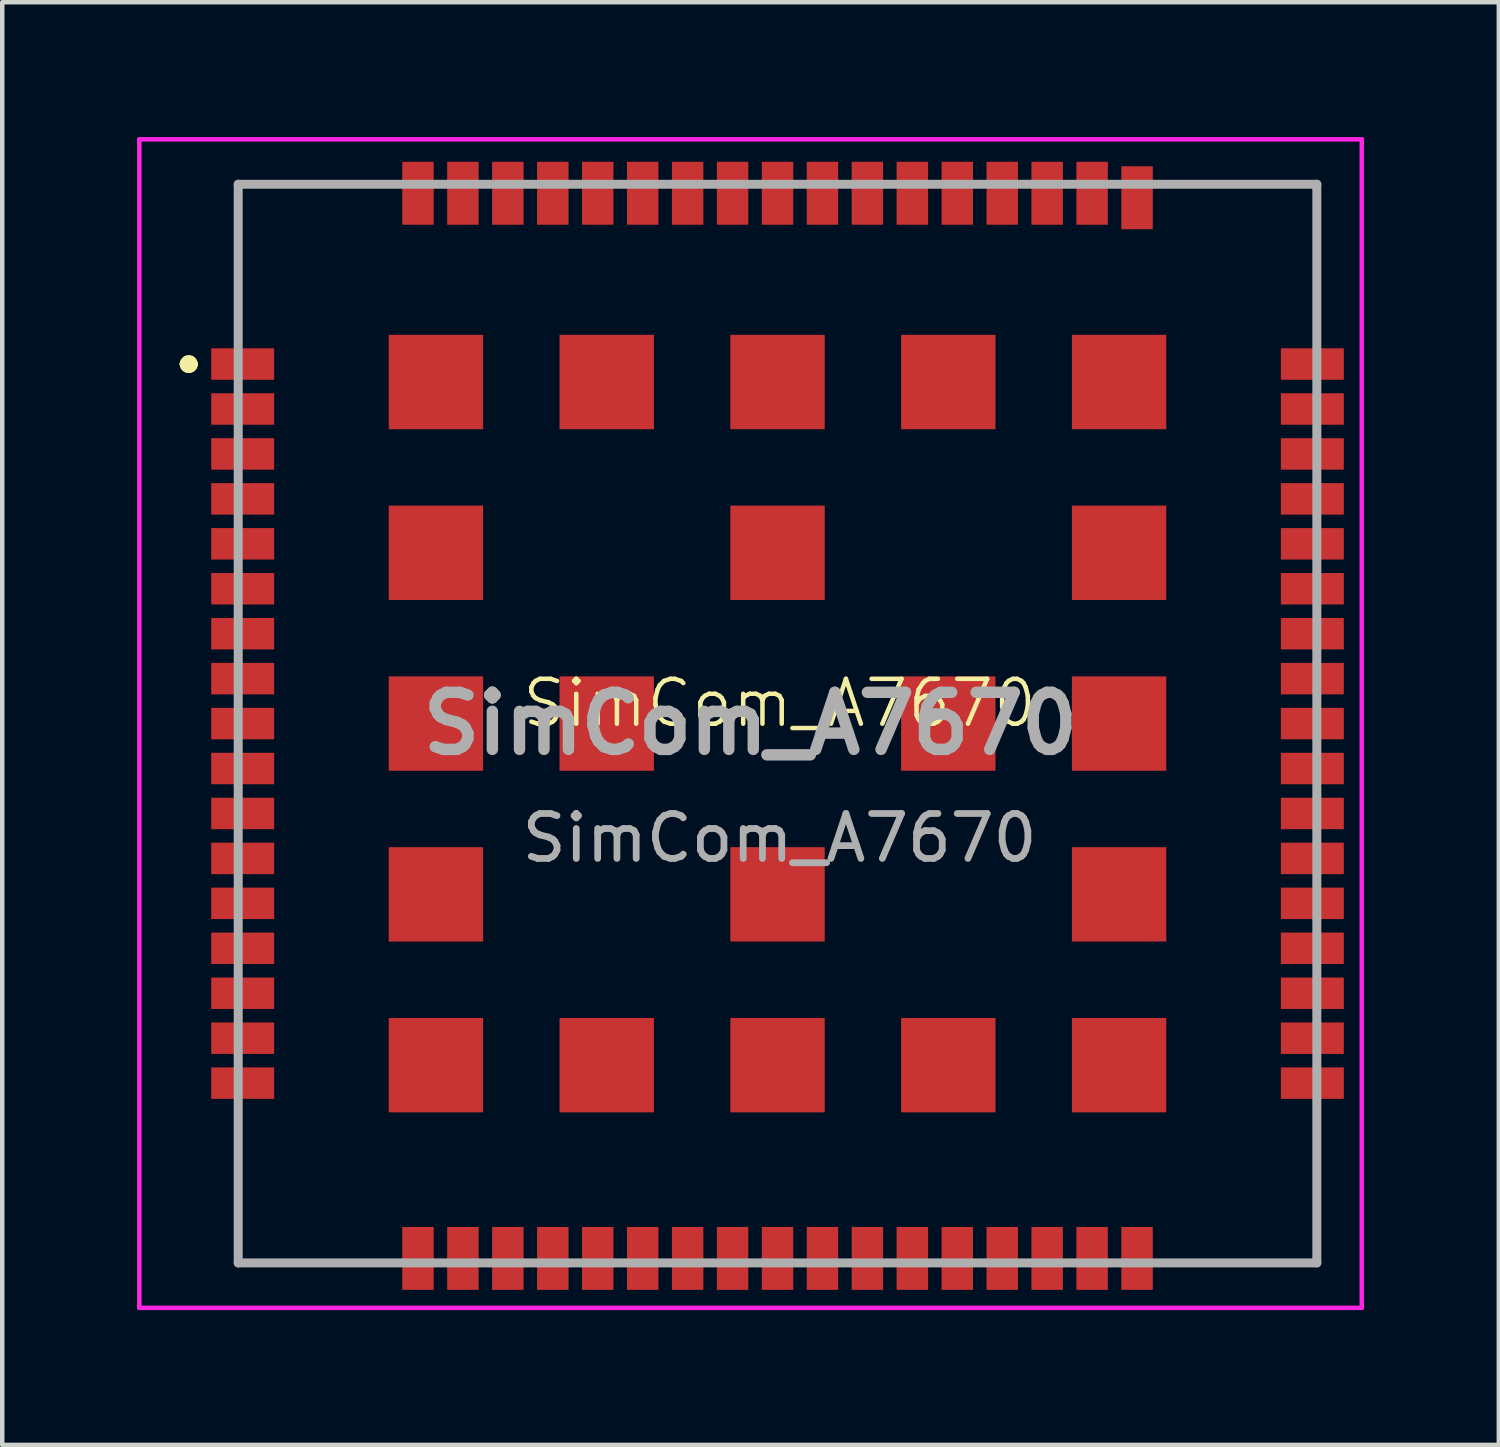
<source format=kicad_pcb>
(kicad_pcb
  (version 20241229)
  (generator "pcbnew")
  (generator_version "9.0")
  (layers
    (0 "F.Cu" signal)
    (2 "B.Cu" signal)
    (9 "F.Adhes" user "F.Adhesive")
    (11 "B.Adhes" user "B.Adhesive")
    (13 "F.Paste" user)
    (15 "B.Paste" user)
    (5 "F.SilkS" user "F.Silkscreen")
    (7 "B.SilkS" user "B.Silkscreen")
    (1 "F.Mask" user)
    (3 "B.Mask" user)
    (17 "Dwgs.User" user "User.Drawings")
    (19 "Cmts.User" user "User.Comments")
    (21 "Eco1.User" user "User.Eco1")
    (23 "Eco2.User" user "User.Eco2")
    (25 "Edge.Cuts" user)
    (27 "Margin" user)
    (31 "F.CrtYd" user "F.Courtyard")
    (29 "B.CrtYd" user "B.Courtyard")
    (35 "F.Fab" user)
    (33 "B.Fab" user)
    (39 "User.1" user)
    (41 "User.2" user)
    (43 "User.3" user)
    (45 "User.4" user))
  (footprint "SimCom_A7670"
    (layer "F.Cu")
    (at 14.296 13.096)
    (property "Reference" "SimCom_A7670" (at 0 -0.5 0) (unlocked yes) (layer "F.SilkS") (effects (font (size 1 1) (thickness 0.1))))
    (attr smd)
    (fp_line (start -13.246 -8.046) (end -13.246 -8.046) (stroke (width 0.2) (type solid)) (layer "F.SilkS"))
    (fp_line (start -13.246 -8.046) (end -13.246 -8.046) (stroke (width 0.2) (type solid)) (layer "F.SilkS"))
    (fp_line (start -13.046 -8.046) (end -13.046 -8.046) (stroke (width 0.2) (type solid)) (layer "F.SilkS"))
    (fp_line (start -12.046 -12.046) (end -12.046 -12.046) (stroke (width 0.1) (type solid)) (layer "F.SilkS"))
    (fp_line (start -12.046 -12.046) (end -12.046 -12.046) (stroke (width 0.1) (type solid)) (layer "F.SilkS"))
    (fp_line (start -12.046 -12.046) (end -12.046 -9.046) (stroke (width 0.1) (type solid)) (layer "F.SilkS"))
    (fp_line (start -12.046 -12.046) (end -9.046 -12.046) (stroke (width 0.1) (type solid)) (layer "F.SilkS"))
    (fp_line (start -12.046 -9.046) (end -12.046 -12.046) (stroke (width 0.1) (type solid)) (layer "F.SilkS"))
    (fp_line (start -12.046 -9.046) (end -12.046 -9.046) (stroke (width 0.1) (type solid)) (layer "F.SilkS"))
    (fp_line (start -12.046 8.954) (end -12.046 8.954) (stroke (width 0.1) (type solid)) (layer "F.SilkS"))
    (fp_line (start -12.046 8.954) (end -12.046 11.954) (stroke (width 0.1) (type solid)) (layer "F.SilkS"))
    (fp_line (start -12.046 11.954) (end -12.046 8.954) (stroke (width 0.1) (type solid)) (layer "F.SilkS"))
    (fp_line (start -12.046 11.954) (end -12.046 11.954) (stroke (width 0.1) (type solid)) (layer "F.SilkS"))
    (fp_line (start -12.046 11.954) (end -12.046 11.954) (stroke (width 0.1) (type solid)) (layer "F.SilkS"))
    (fp_line (start -12.046 11.954) (end -9.046 11.954) (stroke (width 0.1) (type solid)) (layer "F.SilkS"))
    (fp_line (start -9.046 -12.046) (end -12.046 -12.046) (stroke (width 0.1) (type solid)) (layer "F.SilkS"))
    (fp_line (start -9.046 -12.046) (end -9.046 -12.046) (stroke (width 0.1) (type solid)) (layer "F.SilkS"))
    (fp_line (start -9.046 11.954) (end -12.046 11.954) (stroke (width 0.1) (type solid)) (layer "F.SilkS"))
    (fp_line (start -9.046 11.954) (end -9.046 11.954) (stroke (width 0.1) (type solid)) (layer "F.SilkS"))
    (fp_line (start 8.954 -12.046) (end 8.954 -12.046) (stroke (width 0.1) (type solid)) (layer "F.SilkS"))
    (fp_line (start 8.954 -12.046) (end 11.954 -12.046) (stroke (width 0.1) (type solid)) (layer "F.SilkS"))
    (fp_line (start 8.954 11.954) (end 8.954 11.954) (stroke (width 0.1) (type solid)) (layer "F.SilkS"))
    (fp_line (start 8.954 11.954) (end 11.954 11.954) (stroke (width 0.1) (type solid)) (layer "F.SilkS"))
    (fp_line (start 11.954 -12.046) (end 8.954 -12.046) (stroke (width 0.1) (type solid)) (layer "F.SilkS"))
    (fp_line (start 11.954 -12.046) (end 11.954 -12.046) (stroke (width 0.1) (type solid)) (layer "F.SilkS"))
    (fp_line (start 11.954 -12.046) (end 11.954 -12.046) (stroke (width 0.1) (type solid)) (layer "F.SilkS"))
    (fp_line (start 11.954 -12.046) (end 11.954 -9.046) (stroke (width 0.1) (type solid)) (layer "F.SilkS"))
    (fp_line (start 11.954 -9.046) (end 11.954 -12.046) (stroke (width 0.1) (type solid)) (layer "F.SilkS"))
    (fp_line (start 11.954 -9.046) (end 11.954 -9.046) (stroke (width 0.1) (type solid)) (layer "F.SilkS"))
    (fp_line (start 11.954 8.954) (end 11.954 8.954) (stroke (width 0.1) (type solid)) (layer "F.SilkS"))
    (fp_line (start 11.954 8.954) (end 11.954 11.954) (stroke (width 0.1) (type solid)) (layer "F.SilkS"))
    (fp_line (start 11.954 11.954) (end 8.954 11.954) (stroke (width 0.1) (type solid)) (layer "F.SilkS"))
    (fp_line (start 11.954 11.954) (end 11.954 8.954) (stroke (width 0.1) (type solid)) (layer "F.SilkS"))
    (fp_line (start 11.954 11.954) (end 11.954 11.954) (stroke (width 0.1) (type solid)) (layer "F.SilkS"))
    (fp_line (start 11.954 11.954) (end 11.954 11.954) (stroke (width 0.1) (type solid)) (layer "F.SilkS"))
    (fp_arc (start -13.246 -8.046) (mid -13.146 -8.146) (end -13.046 -8.046) (stroke (width 0.2) (type solid)) (layer "F.SilkS"))
    (fp_arc (start -13.046 -8.046) (mid -13.146 -7.946) (end -13.246 -8.046) (stroke (width 0.2) (type solid)) (layer "F.SilkS"))
    (fp_arc (start -13.046 -8.046) (mid -13.146 -7.946) (end -13.246 -8.046) (stroke (width 0.2) (type solid)) (layer "F.SilkS"))
    (fp_line (start -14.246 -13.046) (end 12.954 -13.046) (stroke (width 0.1) (type solid)) (layer "F.CrtYd"))
    (fp_line (start -14.246 12.954) (end -14.246 -13.046) (stroke (width 0.1) (type solid)) (layer "F.CrtYd"))
    (fp_line (start 12.954 -13.046) (end 12.954 12.954) (stroke (width 0.1) (type solid)) (layer "F.CrtYd"))
    (fp_line (start 12.954 12.954) (end -14.246 12.954) (stroke (width 0.1) (type solid)) (layer "F.CrtYd"))
    (fp_line (start -12.046 -12.046) (end -12.046 11.954) (stroke (width 0.2) (type solid)) (layer "F.Fab"))
    (fp_line (start -12.046 11.954) (end 11.954 11.954) (stroke (width 0.2) (type solid)) (layer "F.Fab"))
    (fp_line (start 11.954 -12.046) (end -12.046 -12.046) (stroke (width 0.2) (type solid)) (layer "F.Fab"))
    (fp_line (start 11.954 11.954) (end 11.954 -12.046) (stroke (width 0.2) (type solid)) (layer "F.Fab"))
    (fp_text user "${REFERENCE}" (at -0.646 -0.046 180) (layer "F.Fab") (effects (font (size 1.27 1.27) (thickness 0.254))))
    (fp_text user "${REFERENCE}" (at 0 2.5 0) (unlocked yes) (layer "F.Fab") (effects (font (size 1 1) (thickness 0.15))))
    (pad "1" smd rect (at -11.946 -8.046 90) (size 0.7 1.4) (layers "F.Cu" "F.Mask" "F.Paste"))
    (pad "2" smd rect (at -11.946 -7.046 90) (size 0.7 1.4) (layers "F.Cu" "F.Mask" "F.Paste"))
    (pad "3" smd rect (at -11.946 -6.046 90) (size 0.7 1.4) (layers "F.Cu" "F.Mask" "F.Paste"))
    (pad "4" smd rect (at -11.946 -5.046 90) (size 0.7 1.4) (layers "F.Cu" "F.Mask" "F.Paste"))
    (pad "5" smd rect (at -11.946 -4.046 90) (size 0.7 1.4) (layers "F.Cu" "F.Mask" "F.Paste"))
    (pad "6" smd rect (at -11.946 -3.046 90) (size 0.7 1.4) (layers "F.Cu" "F.Mask" "F.Paste"))
    (pad "7" smd rect (at -11.946 -2.046 90) (size 0.7 1.4) (layers "F.Cu" "F.Mask" "F.Paste"))
    (pad "8" smd rect (at -11.946 -1.046 90) (size 0.7 1.4) (layers "F.Cu" "F.Mask" "F.Paste"))
    (pad "9" smd rect (at -11.946 -0.046 90) (size 0.7 1.4) (layers "F.Cu" "F.Mask" "F.Paste"))
    (pad "10" smd rect (at -11.946 0.954 90) (size 0.7 1.4) (layers "F.Cu" "F.Mask" "F.Paste"))
    (pad "11" smd rect (at -11.946 1.954 90) (size 0.7 1.4) (layers "F.Cu" "F.Mask" "F.Paste"))
    (pad "12" smd rect (at -11.946 2.954 90) (size 0.7 1.4) (layers "F.Cu" "F.Mask" "F.Paste"))
    (pad "13" smd rect (at -11.946 3.954 90) (size 0.7 1.4) (layers "F.Cu" "F.Mask" "F.Paste"))
    (pad "14" smd rect (at -11.946 4.954 90) (size 0.7 1.4) (layers "F.Cu" "F.Mask" "F.Paste"))
    (pad "15" smd rect (at -11.946 5.954 90) (size 0.7 1.4) (layers "F.Cu" "F.Mask" "F.Paste"))
    (pad "16" smd rect (at -11.946 6.954 90) (size 0.7 1.4) (layers "F.Cu" "F.Mask" "F.Paste"))
    (pad "17" smd rect (at -11.946 7.954 90) (size 0.7 1.4) (layers "F.Cu" "F.Mask" "F.Paste"))
    (pad "18" smd rect (at -8.046 11.854) (size 0.7 1.4) (layers "F.Cu" "F.Mask" "F.Paste"))
    (pad "19" smd rect (at -7.046 11.854) (size 0.7 1.4) (layers "F.Cu" "F.Mask" "F.Paste"))
    (pad "20" smd rect (at -6.046 11.854) (size 0.7 1.4) (layers "F.Cu" "F.Mask" "F.Paste"))
    (pad "21" smd rect (at -5.046 11.854) (size 0.7 1.4) (layers "F.Cu" "F.Mask" "F.Paste"))
    (pad "22" smd rect (at -4.046 11.854) (size 0.7 1.4) (layers "F.Cu" "F.Mask" "F.Paste"))
    (pad "23" smd rect (at -3.046 11.854) (size 0.7 1.4) (layers "F.Cu" "F.Mask" "F.Paste"))
    (pad "24" smd rect (at -2.046 11.854) (size 0.7 1.4) (layers "F.Cu" "F.Mask" "F.Paste"))
    (pad "25" smd rect (at -1.046 11.854) (size 0.7 1.4) (layers "F.Cu" "F.Mask" "F.Paste"))
    (pad "26" smd rect (at -0.046 11.854) (size 0.7 1.4) (layers "F.Cu" "F.Mask" "F.Paste"))
    (pad "27" smd rect (at 0.954 11.854) (size 0.7 1.4) (layers "F.Cu" "F.Mask" "F.Paste"))
    (pad "28" smd rect (at 1.954 11.854) (size 0.7 1.4) (layers "F.Cu" "F.Mask" "F.Paste"))
    (pad "29" smd rect (at 2.954 11.854) (size 0.7 1.4) (layers "F.Cu" "F.Mask" "F.Paste"))
    (pad "30" smd rect (at 3.954 11.854) (size 0.7 1.4) (layers "F.Cu" "F.Mask" "F.Paste"))
    (pad "31" smd rect (at 4.954 11.854) (size 0.7 1.4) (layers "F.Cu" "F.Mask" "F.Paste"))
    (pad "32" smd rect (at 5.954 11.854) (size 0.7 1.4) (layers "F.Cu" "F.Mask" "F.Paste"))
    (pad "33" smd rect (at 6.954 11.854) (size 0.7 1.4) (layers "F.Cu" "F.Mask" "F.Paste"))
    (pad "34" smd rect (at 7.954 11.854) (size 0.7 1.4) (layers "F.Cu" "F.Mask" "F.Paste"))
    (pad "35" smd rect (at 11.854 7.954 90) (size 0.7 1.4) (layers "F.Cu" "F.Mask" "F.Paste"))
    (pad "36" smd rect (at 11.854 6.954 90) (size 0.7 1.4) (layers "F.Cu" "F.Mask" "F.Paste"))
    (pad "37" smd rect (at 11.854 5.954 90) (size 0.7 1.4) (layers "F.Cu" "F.Mask" "F.Paste"))
    (pad "38" smd rect (at 11.854 4.954 90) (size 0.7 1.4) (layers "F.Cu" "F.Mask" "F.Paste"))
    (pad "39" smd rect (at 11.854 3.954 90) (size 0.7 1.4) (layers "F.Cu" "F.Mask" "F.Paste"))
    (pad "40" smd rect (at 11.854 2.954 90) (size 0.7 1.4) (layers "F.Cu" "F.Mask" "F.Paste"))
    (pad "41" smd rect (at 11.854 1.954 90) (size 0.7 1.4) (layers "F.Cu" "F.Mask" "F.Paste"))
    (pad "42" smd rect (at 11.854 0.954 90) (size 0.7 1.4) (layers "F.Cu" "F.Mask" "F.Paste"))
    (pad "43" smd rect (at 11.854 -0.046 90) (size 0.7 1.4) (layers "F.Cu" "F.Mask" "F.Paste"))
    (pad "44" smd rect (at 11.854 -1.046 90) (size 0.7 1.4) (layers "F.Cu" "F.Mask" "F.Paste"))
    (pad "45" smd rect (at 11.854 -2.046 90) (size 0.7 1.4) (layers "F.Cu" "F.Mask" "F.Paste"))
    (pad "46" smd rect (at 11.854 -3.046 90) (size 0.7 1.4) (layers "F.Cu" "F.Mask" "F.Paste"))
    (pad "47" smd rect (at 11.854 -4.046 90) (size 0.7 1.4) (layers "F.Cu" "F.Mask" "F.Paste"))
    (pad "48" smd rect (at 11.854 -5.046 90) (size 0.7 1.4) (layers "F.Cu" "F.Mask" "F.Paste"))
    (pad "49" smd rect (at 11.854 -6.046 90) (size 0.7 1.4) (layers "F.Cu" "F.Mask" "F.Paste"))
    (pad "50" smd rect (at 11.854 -7.046 90) (size 0.7 1.4) (layers "F.Cu" "F.Mask" "F.Paste"))
    (pad "51" smd rect (at 11.854 -8.046 90) (size 0.7 1.4) (layers "F.Cu" "F.Mask" "F.Paste"))
    (pad "52" smd rect (at 7.954 -11.746) (size 0.7 1.4) (layers "F.Cu" "F.Mask" "F.Paste"))
    (pad "53" smd rect (at 6.954 -11.846) (size 0.7 1.4) (layers "F.Cu" "F.Mask" "F.Paste"))
    (pad "54" smd rect (at 5.954 -11.846) (size 0.7 1.4) (layers "F.Cu" "F.Mask" "F.Paste"))
    (pad "55" smd rect (at 4.954 -11.846) (size 0.7 1.4) (layers "F.Cu" "F.Mask" "F.Paste"))
    (pad "56" smd rect (at 3.954 -11.846) (size 0.7 1.4) (layers "F.Cu" "F.Mask" "F.Paste"))
    (pad "57" smd rect (at 2.954 -11.846) (size 0.7 1.4) (layers "F.Cu" "F.Mask" "F.Paste"))
    (pad "58" smd rect (at 1.954 -11.846) (size 0.7 1.4) (layers "F.Cu" "F.Mask" "F.Paste"))
    (pad "59" smd rect (at 0.954 -11.846) (size 0.7 1.4) (layers "F.Cu" "F.Mask" "F.Paste"))
    (pad "60" smd rect (at -0.046 -11.846) (size 0.7 1.4) (layers "F.Cu" "F.Mask" "F.Paste"))
    (pad "61" smd rect (at -1.046 -11.846) (size 0.7 1.4) (layers "F.Cu" "F.Mask" "F.Paste"))
    (pad "62" smd rect (at -2.046 -11.846) (size 0.7 1.4) (layers "F.Cu" "F.Mask" "F.Paste"))
    (pad "63" smd rect (at -3.046 -11.846) (size 0.7 1.4) (layers "F.Cu" "F.Mask" "F.Paste"))
    (pad "64" smd rect (at -4.046 -11.846) (size 0.7 1.4) (layers "F.Cu" "F.Mask" "F.Paste"))
    (pad "65" smd rect (at -5.046 -11.846) (size 0.7 1.4) (layers "F.Cu" "F.Mask" "F.Paste"))
    (pad "66" smd rect (at -6.046 -11.846) (size 0.7 1.4) (layers "F.Cu" "F.Mask" "F.Paste"))
    (pad "67" smd rect (at -7.046 -11.846) (size 0.7 1.4) (layers "F.Cu" "F.Mask" "F.Paste"))
    (pad "68" smd rect (at -8.046 -11.846) (size 0.7 1.4) (layers "F.Cu" "F.Mask" "F.Paste"))
    (pad "69" smd rect (at -7.646 -7.646 90) (size 2.1 2.1) (layers "F.Cu" "F.Mask" "F.Paste"))
    (pad "70" smd rect (at -7.646 -3.846 90) (size 2.1 2.1) (layers "F.Cu" "F.Mask" "F.Paste"))
    (pad "71" smd rect (at -7.646 -0.046 90) (size 2.1 2.1) (layers "F.Cu" "F.Mask" "F.Paste"))
    (pad "72" smd rect (at -7.646 3.754 90) (size 2.1 2.1) (layers "F.Cu" "F.Mask" "F.Paste"))
    (pad "73" smd rect (at -7.646 7.554 90) (size 2.1 2.1) (layers "F.Cu" "F.Mask" "F.Paste"))
    (pad "74" smd rect (at -3.846 7.554 90) (size 2.1 2.1) (layers "F.Cu" "F.Mask" "F.Paste"))
    (pad "75" smd rect (at -0.046 7.554 90) (size 2.1 2.1) (layers "F.Cu" "F.Mask" "F.Paste"))
    (pad "76" smd rect (at 3.754 7.554 90) (size 2.1 2.1) (layers "F.Cu" "F.Mask" "F.Paste"))
    (pad "77" smd rect (at 7.554 7.554 90) (size 2.1 2.1) (layers "F.Cu" "F.Mask" "F.Paste"))
    (pad "78" smd rect (at 7.554 3.754 90) (size 2.1 2.1) (layers "F.Cu" "F.Mask" "F.Paste"))
    (pad "79" smd rect (at 7.554 -0.046 90) (size 2.1 2.1) (layers "F.Cu" "F.Mask" "F.Paste"))
    (pad "80" smd rect (at 7.554 -3.846 90) (size 2.1 2.1) (layers "F.Cu" "F.Mask" "F.Paste"))
    (pad "81" smd rect (at 7.554 -7.646 90) (size 2.1 2.1) (layers "F.Cu" "F.Mask" "F.Paste"))
    (pad "82" smd rect (at 3.754 -7.646 90) (size 2.1 2.1) (layers "F.Cu" "F.Mask" "F.Paste"))
    (pad "83" smd rect (at -0.046 -7.646 90) (size 2.1 2.1) (layers "F.Cu" "F.Mask" "F.Paste"))
    (pad "84" smd rect (at -3.846 -7.646 90) (size 2.1 2.1) (layers "F.Cu" "F.Mask" "F.Paste"))
    (pad "85" smd rect (at -3.846 -0.046 90) (size 2.1 2.1) (layers "F.Cu" "F.Mask" "F.Paste"))
    (pad "86" smd rect (at -0.046 3.754 90) (size 2.1 2.1) (layers "F.Cu" "F.Mask" "F.Paste"))
    (pad "87" smd rect (at 3.754 -0.046 90) (size 2.1 2.1) (layers "F.Cu" "F.Mask" "F.Paste"))
    (pad "88" smd rect (at -0.046 -3.846 90) (size 2.1 2.1) (layers "F.Cu" "F.Mask" "F.Paste")))
  (gr_rect
    (start -3 -3)
    (end 30.3 29.1)
    (stroke (width 0.1) (type default))
    (fill no)
    (layer "Edge.Cuts")))
</source>
